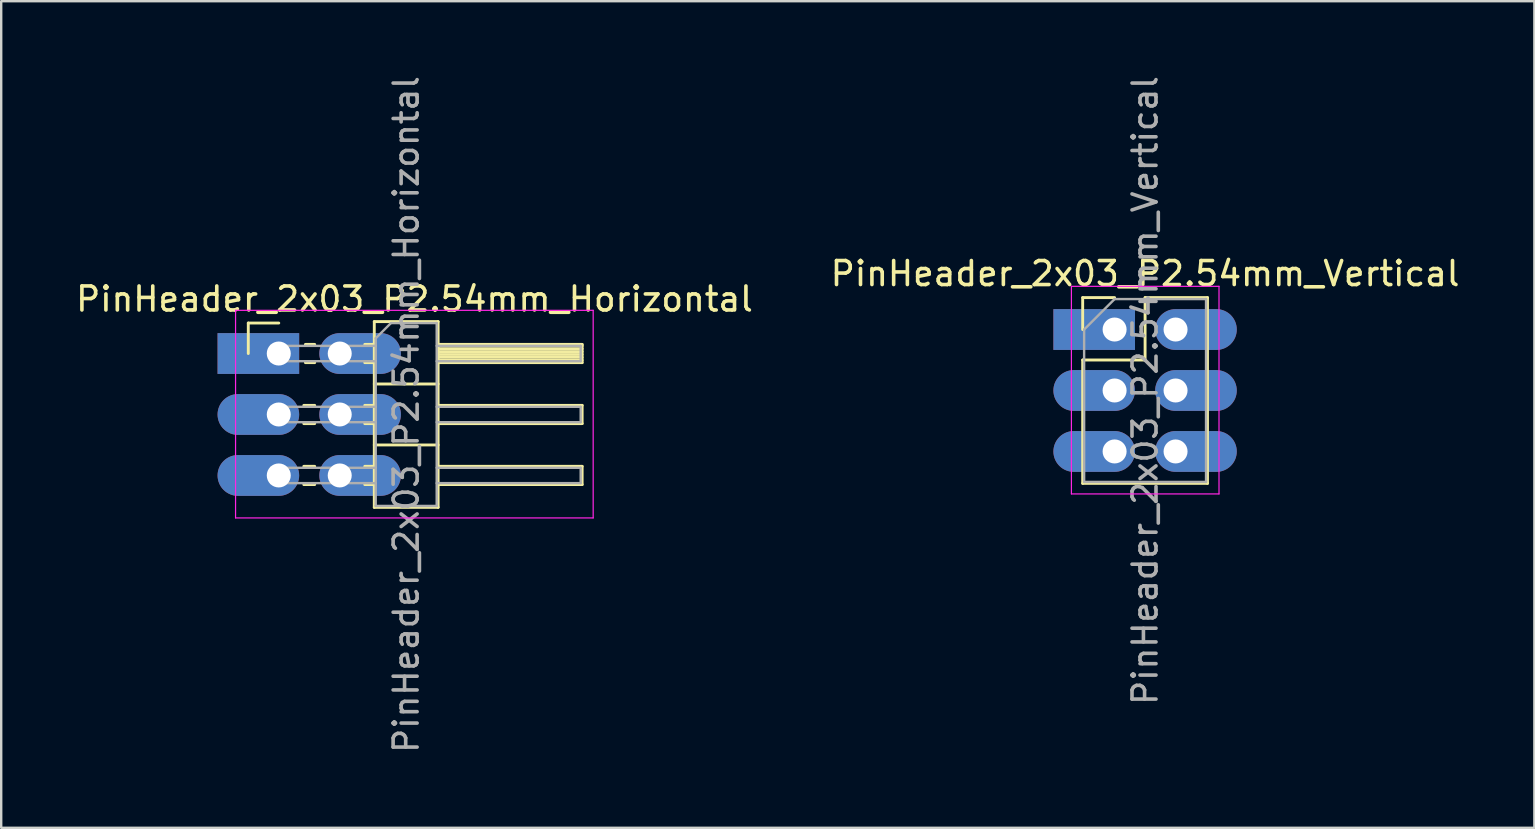
<source format=kicad_pcb>
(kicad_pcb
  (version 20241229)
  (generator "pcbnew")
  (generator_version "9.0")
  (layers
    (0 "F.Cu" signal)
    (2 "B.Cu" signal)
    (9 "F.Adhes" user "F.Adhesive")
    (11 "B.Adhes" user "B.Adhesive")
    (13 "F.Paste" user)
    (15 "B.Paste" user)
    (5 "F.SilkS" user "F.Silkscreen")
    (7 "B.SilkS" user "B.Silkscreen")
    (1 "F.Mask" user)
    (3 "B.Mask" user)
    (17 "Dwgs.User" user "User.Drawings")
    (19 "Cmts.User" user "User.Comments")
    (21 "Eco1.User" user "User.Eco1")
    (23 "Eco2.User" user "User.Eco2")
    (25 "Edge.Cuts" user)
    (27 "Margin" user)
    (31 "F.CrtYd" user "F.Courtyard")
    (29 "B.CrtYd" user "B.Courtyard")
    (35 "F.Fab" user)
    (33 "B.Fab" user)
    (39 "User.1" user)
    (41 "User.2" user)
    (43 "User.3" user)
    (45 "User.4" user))
  (footprint "PinHeader_2x03_P2.54mm_Horizontal"
    (layer "F.Cu")
    (at 8.565 11.68)
    (property "Reference" "PinHeader_2x03_P2.54mm_Horizontal" (at 5.655 -2.27 0) (layer "F.SilkS") (effects (font (size 1 1) (thickness 0.15))))
    (attr through_hole)
    (fp_line (start -1.27 -1.27) (end 0 -1.27) (stroke (width 0.12) (type solid)) (layer "F.SilkS"))
    (fp_line (start -1.27 0) (end -1.27 -1.27) (stroke (width 0.12) (type solid)) (layer "F.SilkS"))
    (fp_line (start 1.043 2.16) (end 1.497 2.16) (stroke (width 0.12) (type solid)) (layer "F.SilkS"))
    (fp_line (start 1.043 2.92) (end 1.497 2.92) (stroke (width 0.12) (type solid)) (layer "F.SilkS"))
    (fp_line (start 1.043 4.7) (end 1.497 4.7) (stroke (width 0.12) (type solid)) (layer "F.SilkS"))
    (fp_line (start 1.043 5.46) (end 1.497 5.46) (stroke (width 0.12) (type solid)) (layer "F.SilkS"))
    (fp_line (start 1.11 -0.38) (end 1.497 -0.38) (stroke (width 0.12) (type solid)) (layer "F.SilkS"))
    (fp_line (start 1.11 0.38) (end 1.497 0.38) (stroke (width 0.12) (type solid)) (layer "F.SilkS"))
    (fp_line (start 3.583 -0.38) (end 3.98 -0.38) (stroke (width 0.12) (type solid)) (layer "F.SilkS"))
    (fp_line (start 3.583 0.38) (end 3.98 0.38) (stroke (width 0.12) (type solid)) (layer "F.SilkS"))
    (fp_line (start 3.583 2.16) (end 3.98 2.16) (stroke (width 0.12) (type solid)) (layer "F.SilkS"))
    (fp_line (start 3.583 2.92) (end 3.98 2.92) (stroke (width 0.12) (type solid)) (layer "F.SilkS"))
    (fp_line (start 3.583 4.7) (end 3.98 4.7) (stroke (width 0.12) (type solid)) (layer "F.SilkS"))
    (fp_line (start 3.583 5.46) (end 3.98 5.46) (stroke (width 0.12) (type solid)) (layer "F.SilkS"))
    (fp_line (start 3.98 -1.33) (end 3.98 6.41) (stroke (width 0.12) (type solid)) (layer "F.SilkS"))
    (fp_line (start 3.98 1.27) (end 6.64 1.27) (stroke (width 0.12) (type solid)) (layer "F.SilkS"))
    (fp_line (start 3.98 3.81) (end 6.64 3.81) (stroke (width 0.12) (type solid)) (layer "F.SilkS"))
    (fp_line (start 3.98 6.41) (end 6.64 6.41) (stroke (width 0.12) (type solid)) (layer "F.SilkS"))
    (fp_line (start 6.64 -1.33) (end 3.98 -1.33) (stroke (width 0.12) (type solid)) (layer "F.SilkS"))
    (fp_line (start 6.64 -0.38) (end 12.64 -0.38) (stroke (width 0.12) (type solid)) (layer "F.SilkS"))
    (fp_line (start 6.64 -0.32) (end 12.64 -0.32) (stroke (width 0.12) (type solid)) (layer "F.SilkS"))
    (fp_line (start 6.64 -0.2) (end 12.64 -0.2) (stroke (width 0.12) (type solid)) (layer "F.SilkS"))
    (fp_line (start 6.64 -0.08) (end 12.64 -0.08) (stroke (width 0.12) (type solid)) (layer "F.SilkS"))
    (fp_line (start 6.64 0.04) (end 12.64 0.04) (stroke (width 0.12) (type solid)) (layer "F.SilkS"))
    (fp_line (start 6.64 0.16) (end 12.64 0.16) (stroke (width 0.12) (type solid)) (layer "F.SilkS"))
    (fp_line (start 6.64 0.28) (end 12.64 0.28) (stroke (width 0.12) (type solid)) (layer "F.SilkS"))
    (fp_line (start 6.64 2.16) (end 12.64 2.16) (stroke (width 0.12) (type solid)) (layer "F.SilkS"))
    (fp_line (start 6.64 4.7) (end 12.64 4.7) (stroke (width 0.12) (type solid)) (layer "F.SilkS"))
    (fp_line (start 6.64 6.41) (end 6.64 -1.33) (stroke (width 0.12) (type solid)) (layer "F.SilkS"))
    (fp_line (start 12.64 -0.38) (end 12.64 0.38) (stroke (width 0.12) (type solid)) (layer "F.SilkS"))
    (fp_line (start 12.64 0.38) (end 6.64 0.38) (stroke (width 0.12) (type solid)) (layer "F.SilkS"))
    (fp_line (start 12.64 2.16) (end 12.64 2.92) (stroke (width 0.12) (type solid)) (layer "F.SilkS"))
    (fp_line (start 12.64 2.92) (end 6.64 2.92) (stroke (width 0.12) (type solid)) (layer "F.SilkS"))
    (fp_line (start 12.64 4.7) (end 12.64 5.46) (stroke (width 0.12) (type solid)) (layer "F.SilkS"))
    (fp_line (start 12.64 5.46) (end 6.64 5.46) (stroke (width 0.12) (type solid)) (layer "F.SilkS"))
    (fp_line (start -1.8 -1.8) (end -1.8 6.85) (stroke (width 0.05) (type solid)) (layer "F.CrtYd"))
    (fp_line (start -1.8 6.85) (end 13.1 6.85) (stroke (width 0.05) (type solid)) (layer "F.CrtYd"))
    (fp_line (start 13.1 -1.8) (end -1.8 -1.8) (stroke (width 0.05) (type solid)) (layer "F.CrtYd"))
    (fp_line (start 13.1 6.85) (end 13.1 -1.8) (stroke (width 0.05) (type solid)) (layer "F.CrtYd"))
    (fp_line (start -0.32 -0.32) (end -0.32 0.32) (stroke (width 0.1) (type solid)) (layer "F.Fab"))
    (fp_line (start -0.32 -0.32) (end 4.04 -0.32) (stroke (width 0.1) (type solid)) (layer "F.Fab"))
    (fp_line (start -0.32 0.32) (end 4.04 0.32) (stroke (width 0.1) (type solid)) (layer "F.Fab"))
    (fp_line (start -0.32 2.22) (end -0.32 2.86) (stroke (width 0.1) (type solid)) (layer "F.Fab"))
    (fp_line (start -0.32 2.22) (end 4.04 2.22) (stroke (width 0.1) (type solid)) (layer "F.Fab"))
    (fp_line (start -0.32 2.86) (end 4.04 2.86) (stroke (width 0.1) (type solid)) (layer "F.Fab"))
    (fp_line (start -0.32 4.76) (end -0.32 5.4) (stroke (width 0.1) (type solid)) (layer "F.Fab"))
    (fp_line (start -0.32 4.76) (end 4.04 4.76) (stroke (width 0.1) (type solid)) (layer "F.Fab"))
    (fp_line (start -0.32 5.4) (end 4.04 5.4) (stroke (width 0.1) (type solid)) (layer "F.Fab"))
    (fp_line (start 4.04 -0.635) (end 4.675 -1.27) (stroke (width 0.1) (type solid)) (layer "F.Fab"))
    (fp_line (start 4.04 6.35) (end 4.04 -0.635) (stroke (width 0.1) (type solid)) (layer "F.Fab"))
    (fp_line (start 4.675 -1.27) (end 6.58 -1.27) (stroke (width 0.1) (type solid)) (layer "F.Fab"))
    (fp_line (start 6.58 -1.27) (end 6.58 6.35) (stroke (width 0.1) (type solid)) (layer "F.Fab"))
    (fp_line (start 6.58 -0.32) (end 12.58 -0.32) (stroke (width 0.1) (type solid)) (layer "F.Fab"))
    (fp_line (start 6.58 0.32) (end 12.58 0.32) (stroke (width 0.1) (type solid)) (layer "F.Fab"))
    (fp_line (start 6.58 2.22) (end 12.58 2.22) (stroke (width 0.1) (type solid)) (layer "F.Fab"))
    (fp_line (start 6.58 2.86) (end 12.58 2.86) (stroke (width 0.1) (type solid)) (layer "F.Fab"))
    (fp_line (start 6.58 4.76) (end 12.58 4.76) (stroke (width 0.1) (type solid)) (layer "F.Fab"))
    (fp_line (start 6.58 5.4) (end 12.58 5.4) (stroke (width 0.1) (type solid)) (layer "F.Fab"))
    (fp_line (start 6.58 6.35) (end 4.04 6.35) (stroke (width 0.1) (type solid)) (layer "F.Fab"))
    (fp_line (start 12.58 -0.32) (end 12.58 0.32) (stroke (width 0.1) (type solid)) (layer "F.Fab"))
    (fp_line (start 12.58 2.22) (end 12.58 2.86) (stroke (width 0.1) (type solid)) (layer "F.Fab"))
    (fp_line (start 12.58 4.76) (end 12.58 5.4) (stroke (width 0.1) (type solid)) (layer "F.Fab"))
    (fp_text user "${REFERENCE}" (at 5.31 2.54 90) (layer "F.Fab") (effects (font (size 1 1) (thickness 0.15))))
    (pad "1" thru_hole rect (at 0 0) (size 3.4 1.7) (drill 1 (offset -0.85 0)) (layers "*.Cu" "*.Mask"))
    (pad "2" thru_hole oval (at 2.54 0) (size 3.4 1.7) (drill 1 (offset 0.85 0)) (layers "*.Cu" "*.Mask"))
    (pad "3" thru_hole oval (at 0 2.54) (size 3.4 1.7) (drill 1 (offset -0.85 0)) (layers "*.Cu" "*.Mask"))
    (pad "4" thru_hole oval (at 2.54 2.54) (size 3.4 1.7) (drill 1 (offset 0.85 0)) (layers "*.Cu" "*.Mask"))
    (pad "5" thru_hole oval (at 0 5.08) (size 3.4 1.7) (drill 1 (offset -0.85 0)) (layers "*.Cu" "*.Mask"))
    (pad "6" thru_hole oval (at 2.54 5.08) (size 3.4 1.7) (drill 1 (offset 0.85 0)) (layers "*.Cu" "*.Mask")))
  (footprint "PinHeader_2x03_P2.54mm_Vertical"
    (layer "F.Cu")
    (at 43.391 10.68)
    (property "Reference" "PinHeader_2x03_P2.54mm_Vertical" (at 1.27 -2.33 0) (layer "F.SilkS") (effects (font (size 1 1) (thickness 0.15))))
    (attr through_hole)
    (fp_line (start -1.33 -1.33) (end 0 -1.33) (stroke (width 0.12) (type solid)) (layer "F.SilkS"))
    (fp_line (start -1.33 0) (end -1.33 -1.33) (stroke (width 0.12) (type solid)) (layer "F.SilkS"))
    (fp_line (start -1.33 1.27) (end -1.33 6.41) (stroke (width 0.12) (type solid)) (layer "F.SilkS"))
    (fp_line (start -1.33 1.27) (end 1.27 1.27) (stroke (width 0.12) (type solid)) (layer "F.SilkS"))
    (fp_line (start -1.33 6.41) (end 3.87 6.41) (stroke (width 0.12) (type solid)) (layer "F.SilkS"))
    (fp_line (start 1.27 -1.33) (end 3.87 -1.33) (stroke (width 0.12) (type solid)) (layer "F.SilkS"))
    (fp_line (start 1.27 1.27) (end 1.27 -1.33) (stroke (width 0.12) (type solid)) (layer "F.SilkS"))
    (fp_line (start 3.87 -1.33) (end 3.87 6.41) (stroke (width 0.12) (type solid)) (layer "F.SilkS"))
    (fp_line (start -1.8 -1.8) (end -1.8 6.85) (stroke (width 0.05) (type solid)) (layer "F.CrtYd"))
    (fp_line (start -1.8 6.85) (end 4.35 6.85) (stroke (width 0.05) (type solid)) (layer "F.CrtYd"))
    (fp_line (start 4.35 -1.8) (end -1.8 -1.8) (stroke (width 0.05) (type solid)) (layer "F.CrtYd"))
    (fp_line (start 4.35 6.85) (end 4.35 -1.8) (stroke (width 0.05) (type solid)) (layer "F.CrtYd"))
    (fp_line (start -1.27 0) (end 0 -1.27) (stroke (width 0.1) (type solid)) (layer "F.Fab"))
    (fp_line (start -1.27 6.35) (end -1.27 0) (stroke (width 0.1) (type solid)) (layer "F.Fab"))
    (fp_line (start 0 -1.27) (end 3.81 -1.27) (stroke (width 0.1) (type solid)) (layer "F.Fab"))
    (fp_line (start 3.81 -1.27) (end 3.81 6.35) (stroke (width 0.1) (type solid)) (layer "F.Fab"))
    (fp_line (start 3.81 6.35) (end -1.27 6.35) (stroke (width 0.1) (type solid)) (layer "F.Fab"))
    (fp_text user "${REFERENCE}" (at 1.27 2.54 90) (layer "F.Fab") (effects (font (size 1 1) (thickness 0.15))))
    (pad "1" thru_hole rect (at 0 0) (size 3.4 1.7) (drill 1 (offset -0.85 0)) (layers "*.Cu" "*.Mask"))
    (pad "2" thru_hole oval (at 2.54 0) (size 3.4 1.7) (drill 1 (offset 0.85 0)) (layers "*.Cu" "*.Mask"))
    (pad "3" thru_hole oval (at 0 2.54) (size 3.4 1.7) (drill 1 (offset -0.85 0)) (layers "*.Cu" "*.Mask"))
    (pad "4" thru_hole oval (at 2.54 2.54) (size 3.4 1.7) (drill 1 (offset 0.85 0)) (layers "*.Cu" "*.Mask"))
    (pad "5" thru_hole oval (at 0 5.08) (size 3.4 1.7) (drill 1 (offset -0.85 0)) (layers "*.Cu" "*.Mask"))
    (pad "6" thru_hole oval (at 2.54 5.08) (size 3.4 1.7) (drill 1 (offset 0.85 0)) (layers "*.Cu" "*.Mask")))
  (gr_rect
    (start -3 -3)
    (end 60.881 31.44)
    (stroke (width 0.1) (type default))
    (fill no)
    (layer "Edge.Cuts")))
</source>
